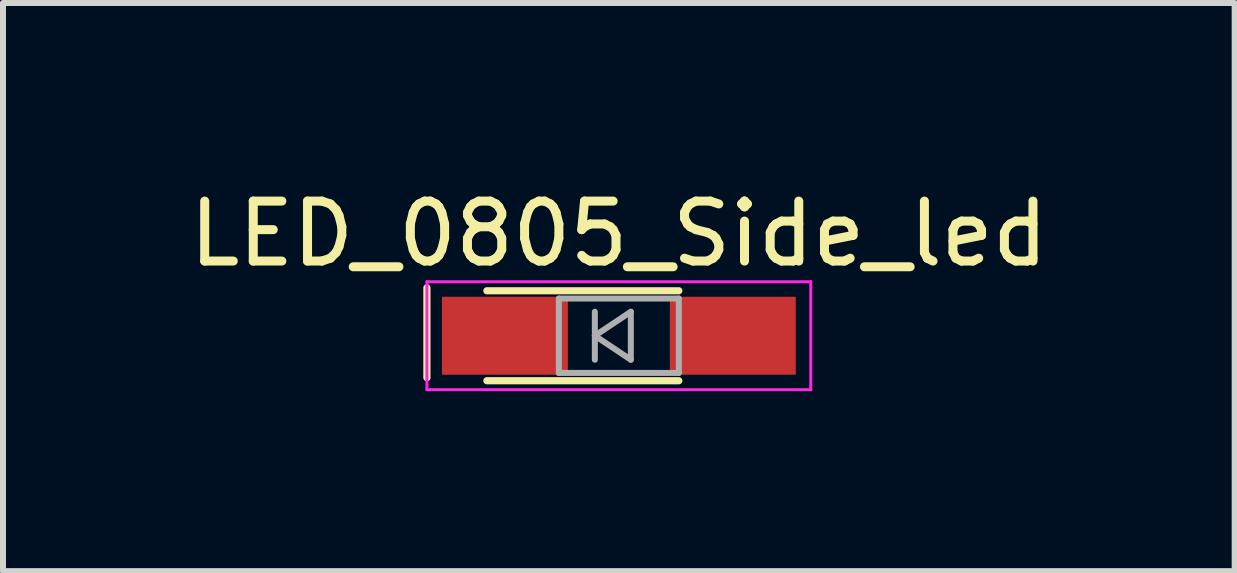
<source format=kicad_pcb>
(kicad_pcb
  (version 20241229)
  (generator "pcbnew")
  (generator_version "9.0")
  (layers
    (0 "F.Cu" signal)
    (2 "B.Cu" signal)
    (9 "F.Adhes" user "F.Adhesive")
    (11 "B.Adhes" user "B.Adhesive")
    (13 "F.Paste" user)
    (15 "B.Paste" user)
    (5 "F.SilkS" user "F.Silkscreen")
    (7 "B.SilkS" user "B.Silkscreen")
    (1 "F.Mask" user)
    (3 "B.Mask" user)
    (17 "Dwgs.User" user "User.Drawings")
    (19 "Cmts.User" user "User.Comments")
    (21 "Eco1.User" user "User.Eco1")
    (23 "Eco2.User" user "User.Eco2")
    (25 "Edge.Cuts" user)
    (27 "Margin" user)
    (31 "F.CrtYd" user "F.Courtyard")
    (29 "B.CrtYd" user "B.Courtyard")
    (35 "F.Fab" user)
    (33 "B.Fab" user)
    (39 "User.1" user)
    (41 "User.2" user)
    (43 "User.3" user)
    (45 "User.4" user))
  (footprint "LED_0805_Side_led"
    (layer "F.Cu")
    (at 7.268 2.548)
    (property "Reference" "LED_0805_Side_led" (at 0 -1.7 0) (layer "F.SilkS") (effects (font (size 1 1) (thickness 0.15))))
    (attr smd)
    (fp_line (start -3.2 -0.8) (end -3.2 0.7) (stroke (width 0.12) (type solid)) (layer "F.SilkS"))
    (fp_line (start -2.2 -0.75) (end 1 -0.75) (stroke (width 0.12) (type solid)) (layer "F.SilkS"))
    (fp_line (start 1 0.75) (end -2.2 0.75) (stroke (width 0.12) (type solid)) (layer "F.SilkS"))
    (fp_line (start -3.2 -0.9) (end -3.2 0.9) (stroke (width 0.05) (type solid)) (layer "F.CrtYd"))
    (fp_line (start -3.2 -0.9) (end 3.2 -0.9) (stroke (width 0.05) (type solid)) (layer "F.CrtYd"))
    (fp_line (start 3.2 0.9) (end -3.2 0.9) (stroke (width 0.05) (type solid)) (layer "F.CrtYd"))
    (fp_line (start 3.2 0.9) (end 3.2 -0.9) (stroke (width 0.05) (type solid)) (layer "F.CrtYd"))
    (fp_line (start -1 -0.62) (end 1 -0.62) (stroke (width 0.1) (type solid)) (layer "F.Fab"))
    (fp_line (start -1 0.62) (end -1 -0.62) (stroke (width 0.1) (type solid)) (layer "F.Fab"))
    (fp_line (start -0.4 -0.4) (end -0.4 0.4) (stroke (width 0.1) (type solid)) (layer "F.Fab"))
    (fp_line (start -0.4 0) (end 0.2 -0.4) (stroke (width 0.1) (type solid)) (layer "F.Fab"))
    (fp_line (start 0.2 -0.4) (end 0.2 0.4) (stroke (width 0.1) (type solid)) (layer "F.Fab"))
    (fp_line (start 0.2 0.4) (end -0.4 0) (stroke (width 0.1) (type solid)) (layer "F.Fab"))
    (fp_line (start 1 -0.62) (end 1 0.62) (stroke (width 0.1) (type solid)) (layer "F.Fab"))
    (fp_line (start 1 0.62) (end -1 0.62) (stroke (width 0.1) (type solid)) (layer "F.Fab"))
    (pad "1" smd rect (at -1.9 0) (size 2.1 1.3) (layers "F.Cu" "F.Mask" "F.Paste"))
    (pad "2" smd rect (at 1.9 0) (size 2.1 1.3) (layers "F.Cu" "F.Mask" "F.Paste")))
  (gr_rect
    (start -3 -3)
    (end 17.536 6.473)
    (stroke (width 0.1) (type default))
    (fill no)
    (layer "Edge.Cuts")))
</source>
